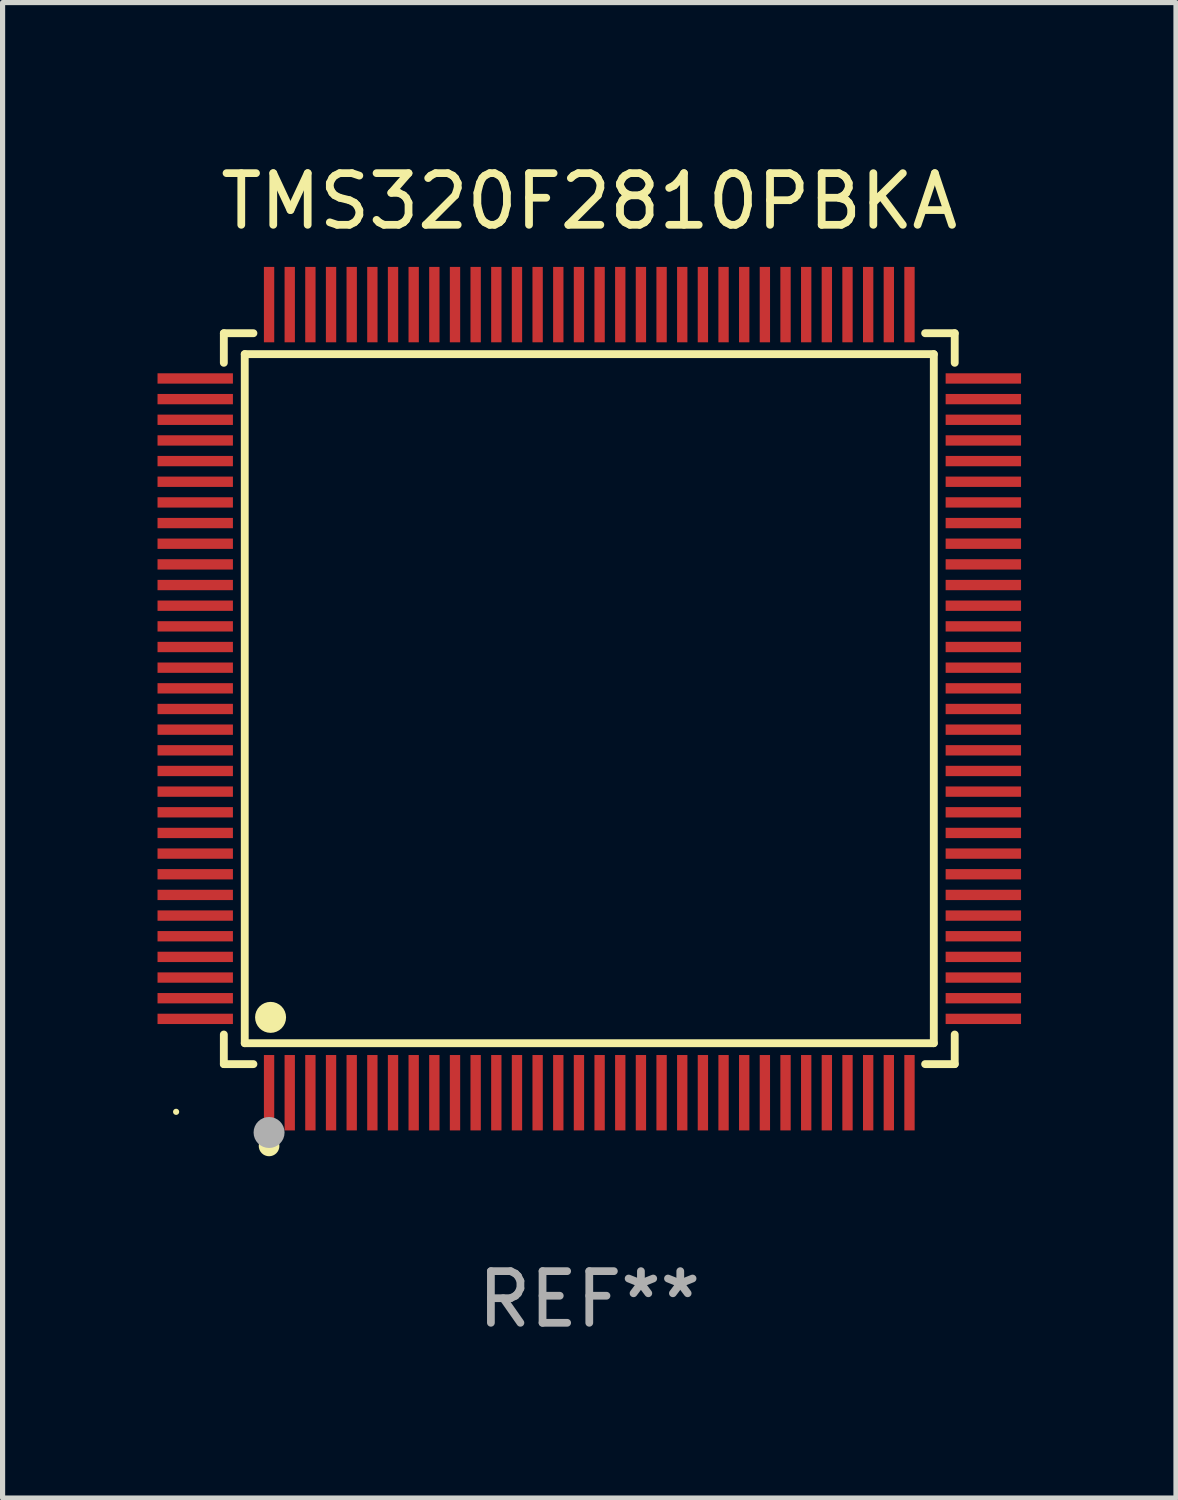
<source format=kicad_pcb>
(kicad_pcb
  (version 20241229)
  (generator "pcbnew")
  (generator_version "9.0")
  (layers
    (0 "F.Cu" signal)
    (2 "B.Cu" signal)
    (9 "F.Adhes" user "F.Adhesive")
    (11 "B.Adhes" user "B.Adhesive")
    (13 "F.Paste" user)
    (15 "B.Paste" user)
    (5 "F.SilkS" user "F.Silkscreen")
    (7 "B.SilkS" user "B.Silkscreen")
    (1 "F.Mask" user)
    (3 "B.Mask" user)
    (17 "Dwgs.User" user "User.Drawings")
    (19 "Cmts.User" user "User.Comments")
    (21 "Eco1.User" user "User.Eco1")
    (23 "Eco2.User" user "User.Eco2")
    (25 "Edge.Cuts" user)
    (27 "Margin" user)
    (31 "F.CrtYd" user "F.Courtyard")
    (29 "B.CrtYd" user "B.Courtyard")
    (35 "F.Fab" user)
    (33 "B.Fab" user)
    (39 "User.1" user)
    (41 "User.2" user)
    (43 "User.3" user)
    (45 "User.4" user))
  (footprint "TMS320F2810PBKA"
    (layer "F.Cu")
    (at 8.36 10.478)
    (property "Reference" "TMS320F2810PBKA" (at 0 -9.63 0) (layer "F.SilkS") (effects (font (size 1 1) (thickness 0.15))))
    (attr through_hole)
    (fp_line (start -7.076 -7.076) (end -6.503 -7.076) (stroke (width 0.152) (type solid)) (layer "F.SilkS"))
    (fp_line (start -7.076 -6.503) (end -7.076 -7.076) (stroke (width 0.152) (type solid)) (layer "F.SilkS"))
    (fp_line (start -7.076 6.503) (end -7.076 7.076) (stroke (width 0.152) (type solid)) (layer "F.SilkS"))
    (fp_line (start -7.076 7.076) (end -6.503 7.076) (stroke (width 0.152) (type solid)) (layer "F.SilkS"))
    (fp_line (start -6.671 -6.671) (end 6.671 -6.671) (stroke (width 0.152) (type solid)) (layer "F.SilkS"))
    (fp_line (start -6.671 6.671) (end -6.671 -6.671) (stroke (width 0.152) (type solid)) (layer "F.SilkS"))
    (fp_line (start 6.671 -6.671) (end 6.671 6.671) (stroke (width 0.152) (type solid)) (layer "F.SilkS"))
    (fp_line (start 6.671 6.671) (end -6.671 6.671) (stroke (width 0.152) (type solid)) (layer "F.SilkS"))
    (fp_line (start 7.076 -7.076) (end 6.503 -7.076) (stroke (width 0.152) (type solid)) (layer "F.SilkS"))
    (fp_line (start 7.076 -6.503) (end 7.076 -7.076) (stroke (width 0.152) (type solid)) (layer "F.SilkS"))
    (fp_line (start 7.076 6.503) (end 7.076 7.076) (stroke (width 0.152) (type solid)) (layer "F.SilkS"))
    (fp_line (start 7.076 7.076) (end 6.503 7.076) (stroke (width 0.152) (type solid)) (layer "F.SilkS"))
    (fp_circle (center -8 8) (end -7.97 8) (stroke (width 0.06) (type solid)) (fill no) (layer "F.SilkS"))
    (fp_circle (center -6.2 8.66) (end -6.1 8.66) (stroke (width 0.2) (type solid)) (fill no) (layer "F.SilkS"))
    (fp_circle (center -6.171 6.171) (end -6.021 6.171) (stroke (width 0.3) (type solid)) (fill no) (layer "F.SilkS"))
    (fp_circle (center -6.2 8.4) (end -6.05 8.4) (stroke (width 0.3) (type solid)) (fill no) (layer "F.Fab"))
    (fp_text user "REF**" (at 0 11.63 0) (layer "F.Fab") (effects (font (size 1 1) (thickness 0.15))))
    (pad "1" smd rect (at -6.2 7.63) (size 0.2 1.46) (layers "F.Cu" "F.Mask" "F.Paste"))
    (pad "2" smd rect (at -5.8 7.63) (size 0.2 1.46) (layers "F.Cu" "F.Mask" "F.Paste"))
    (pad "3" smd rect (at -5.4 7.63) (size 0.2 1.46) (layers "F.Cu" "F.Mask" "F.Paste"))
    (pad "4" smd rect (at -5 7.63) (size 0.2 1.46) (layers "F.Cu" "F.Mask" "F.Paste"))
    (pad "5" smd rect (at -4.6 7.63) (size 0.2 1.46) (layers "F.Cu" "F.Mask" "F.Paste"))
    (pad "6" smd rect (at -4.2 7.63) (size 0.2 1.46) (layers "F.Cu" "F.Mask" "F.Paste"))
    (pad "7" smd rect (at -3.8 7.63) (size 0.2 1.46) (layers "F.Cu" "F.Mask" "F.Paste"))
    (pad "8" smd rect (at -3.4 7.63) (size 0.2 1.46) (layers "F.Cu" "F.Mask" "F.Paste"))
    (pad "9" smd rect (at -3 7.63) (size 0.2 1.46) (layers "F.Cu" "F.Mask" "F.Paste"))
    (pad "10" smd rect (at -2.6 7.63) (size 0.2 1.46) (layers "F.Cu" "F.Mask" "F.Paste"))
    (pad "11" smd rect (at -2.2 7.63) (size 0.2 1.46) (layers "F.Cu" "F.Mask" "F.Paste"))
    (pad "12" smd rect (at -1.8 7.63) (size 0.2 1.46) (layers "F.Cu" "F.Mask" "F.Paste"))
    (pad "13" smd rect (at -1.4 7.63) (size 0.2 1.46) (layers "F.Cu" "F.Mask" "F.Paste"))
    (pad "14" smd rect (at -1 7.63) (size 0.2 1.46) (layers "F.Cu" "F.Mask" "F.Paste"))
    (pad "15" smd rect (at -0.6 7.63) (size 0.2 1.46) (layers "F.Cu" "F.Mask" "F.Paste"))
    (pad "16" smd rect (at -0.2 7.63) (size 0.2 1.46) (layers "F.Cu" "F.Mask" "F.Paste"))
    (pad "17" smd rect (at 0.2 7.63) (size 0.2 1.46) (layers "F.Cu" "F.Mask" "F.Paste"))
    (pad "18" smd rect (at 0.6 7.63) (size 0.2 1.46) (layers "F.Cu" "F.Mask" "F.Paste"))
    (pad "19" smd rect (at 1 7.63) (size 0.2 1.46) (layers "F.Cu" "F.Mask" "F.Paste"))
    (pad "20" smd rect (at 1.4 7.63) (size 0.2 1.46) (layers "F.Cu" "F.Mask" "F.Paste"))
    (pad "21" smd rect (at 1.8 7.63) (size 0.2 1.46) (layers "F.Cu" "F.Mask" "F.Paste"))
    (pad "22" smd rect (at 2.2 7.63) (size 0.2 1.46) (layers "F.Cu" "F.Mask" "F.Paste"))
    (pad "23" smd rect (at 2.6 7.63) (size 0.2 1.46) (layers "F.Cu" "F.Mask" "F.Paste"))
    (pad "24" smd rect (at 3 7.63) (size 0.2 1.46) (layers "F.Cu" "F.Mask" "F.Paste"))
    (pad "25" smd rect (at 3.4 7.63) (size 0.2 1.46) (layers "F.Cu" "F.Mask" "F.Paste"))
    (pad "26" smd rect (at 3.8 7.63) (size 0.2 1.46) (layers "F.Cu" "F.Mask" "F.Paste"))
    (pad "27" smd rect (at 4.2 7.63) (size 0.2 1.46) (layers "F.Cu" "F.Mask" "F.Paste"))
    (pad "28" smd rect (at 4.6 7.63) (size 0.2 1.46) (layers "F.Cu" "F.Mask" "F.Paste"))
    (pad "29" smd rect (at 5 7.63) (size 0.2 1.46) (layers "F.Cu" "F.Mask" "F.Paste"))
    (pad "30" smd rect (at 5.4 7.63) (size 0.2 1.46) (layers "F.Cu" "F.Mask" "F.Paste"))
    (pad "31" smd rect (at 5.8 7.63) (size 0.2 1.46) (layers "F.Cu" "F.Mask" "F.Paste"))
    (pad "32" smd rect (at 6.2 7.63) (size 0.2 1.46) (layers "F.Cu" "F.Mask" "F.Paste"))
    (pad "33" smd rect (at 7.63 6.2) (size 1.46 0.2) (layers "F.Cu" "F.Mask" "F.Paste"))
    (pad "34" smd rect (at 7.63 5.8) (size 1.46 0.2) (layers "F.Cu" "F.Mask" "F.Paste"))
    (pad "35" smd rect (at 7.63 5.4) (size 1.46 0.2) (layers "F.Cu" "F.Mask" "F.Paste"))
    (pad "36" smd rect (at 7.63 5) (size 1.46 0.2) (layers "F.Cu" "F.Mask" "F.Paste"))
    (pad "37" smd rect (at 7.63 4.6) (size 1.46 0.2) (layers "F.Cu" "F.Mask" "F.Paste"))
    (pad "38" smd rect (at 7.63 4.2) (size 1.46 0.2) (layers "F.Cu" "F.Mask" "F.Paste"))
    (pad "39" smd rect (at 7.63 3.8) (size 1.46 0.2) (layers "F.Cu" "F.Mask" "F.Paste"))
    (pad "40" smd rect (at 7.63 3.4) (size 1.46 0.2) (layers "F.Cu" "F.Mask" "F.Paste"))
    (pad "41" smd rect (at 7.63 3) (size 1.46 0.2) (layers "F.Cu" "F.Mask" "F.Paste"))
    (pad "42" smd rect (at 7.63 2.6) (size 1.46 0.2) (layers "F.Cu" "F.Mask" "F.Paste"))
    (pad "43" smd rect (at 7.63 2.2) (size 1.46 0.2) (layers "F.Cu" "F.Mask" "F.Paste"))
    (pad "44" smd rect (at 7.63 1.8) (size 1.46 0.2) (layers "F.Cu" "F.Mask" "F.Paste"))
    (pad "45" smd rect (at 7.63 1.4) (size 1.46 0.2) (layers "F.Cu" "F.Mask" "F.Paste"))
    (pad "46" smd rect (at 7.63 1) (size 1.46 0.2) (layers "F.Cu" "F.Mask" "F.Paste"))
    (pad "47" smd rect (at 7.63 0.6) (size 1.46 0.2) (layers "F.Cu" "F.Mask" "F.Paste"))
    (pad "48" smd rect (at 7.63 0.2) (size 1.46 0.2) (layers "F.Cu" "F.Mask" "F.Paste"))
    (pad "49" smd rect (at 7.63 -0.2) (size 1.46 0.2) (layers "F.Cu" "F.Mask" "F.Paste"))
    (pad "50" smd rect (at 7.63 -0.6) (size 1.46 0.2) (layers "F.Cu" "F.Mask" "F.Paste"))
    (pad "51" smd rect (at 7.63 -1) (size 1.46 0.2) (layers "F.Cu" "F.Mask" "F.Paste"))
    (pad "52" smd rect (at 7.63 -1.4) (size 1.46 0.2) (layers "F.Cu" "F.Mask" "F.Paste"))
    (pad "53" smd rect (at 7.63 -1.8) (size 1.46 0.2) (layers "F.Cu" "F.Mask" "F.Paste"))
    (pad "54" smd rect (at 7.63 -2.2) (size 1.46 0.2) (layers "F.Cu" "F.Mask" "F.Paste"))
    (pad "55" smd rect (at 7.63 -2.6) (size 1.46 0.2) (layers "F.Cu" "F.Mask" "F.Paste"))
    (pad "56" smd rect (at 7.63 -3) (size 1.46 0.2) (layers "F.Cu" "F.Mask" "F.Paste"))
    (pad "57" smd rect (at 7.63 -3.4) (size 1.46 0.2) (layers "F.Cu" "F.Mask" "F.Paste"))
    (pad "58" smd rect (at 7.63 -3.8) (size 1.46 0.2) (layers "F.Cu" "F.Mask" "F.Paste"))
    (pad "59" smd rect (at 7.63 -4.2) (size 1.46 0.2) (layers "F.Cu" "F.Mask" "F.Paste"))
    (pad "60" smd rect (at 7.63 -4.6) (size 1.46 0.2) (layers "F.Cu" "F.Mask" "F.Paste"))
    (pad "61" smd rect (at 7.63 -5) (size 1.46 0.2) (layers "F.Cu" "F.Mask" "F.Paste"))
    (pad "62" smd rect (at 7.63 -5.4) (size 1.46 0.2) (layers "F.Cu" "F.Mask" "F.Paste"))
    (pad "63" smd rect (at 7.63 -5.8) (size 1.46 0.2) (layers "F.Cu" "F.Mask" "F.Paste"))
    (pad "64" smd rect (at 7.63 -6.2) (size 1.46 0.2) (layers "F.Cu" "F.Mask" "F.Paste"))
    (pad "65" smd rect (at 6.2 -7.63) (size 0.2 1.46) (layers "F.Cu" "F.Mask" "F.Paste"))
    (pad "66" smd rect (at 5.8 -7.63) (size 0.2 1.46) (layers "F.Cu" "F.Mask" "F.Paste"))
    (pad "67" smd rect (at 5.4 -7.63) (size 0.2 1.46) (layers "F.Cu" "F.Mask" "F.Paste"))
    (pad "68" smd rect (at 5 -7.63) (size 0.2 1.46) (layers "F.Cu" "F.Mask" "F.Paste"))
    (pad "69" smd rect (at 4.6 -7.63) (size 0.2 1.46) (layers "F.Cu" "F.Mask" "F.Paste"))
    (pad "70" smd rect (at 4.2 -7.63) (size 0.2 1.46) (layers "F.Cu" "F.Mask" "F.Paste"))
    (pad "71" smd rect (at 3.8 -7.63) (size 0.2 1.46) (layers "F.Cu" "F.Mask" "F.Paste"))
    (pad "72" smd rect (at 3.4 -7.63) (size 0.2 1.46) (layers "F.Cu" "F.Mask" "F.Paste"))
    (pad "73" smd rect (at 3 -7.63) (size 0.2 1.46) (layers "F.Cu" "F.Mask" "F.Paste"))
    (pad "74" smd rect (at 2.6 -7.63) (size 0.2 1.46) (layers "F.Cu" "F.Mask" "F.Paste"))
    (pad "75" smd rect (at 2.2 -7.63) (size 0.2 1.46) (layers "F.Cu" "F.Mask" "F.Paste"))
    (pad "76" smd rect (at 1.8 -7.63) (size 0.2 1.46) (layers "F.Cu" "F.Mask" "F.Paste"))
    (pad "77" smd rect (at 1.4 -7.63) (size 0.2 1.46) (layers "F.Cu" "F.Mask" "F.Paste"))
    (pad "78" smd rect (at 1 -7.63) (size 0.2 1.46) (layers "F.Cu" "F.Mask" "F.Paste"))
    (pad "79" smd rect (at 0.6 -7.63) (size 0.2 1.46) (layers "F.Cu" "F.Mask" "F.Paste"))
    (pad "80" smd rect (at 0.2 -7.63) (size 0.2 1.46) (layers "F.Cu" "F.Mask" "F.Paste"))
    (pad "81" smd rect (at -0.2 -7.63) (size 0.2 1.46) (layers "F.Cu" "F.Mask" "F.Paste"))
    (pad "82" smd rect (at -0.6 -7.63) (size 0.2 1.46) (layers "F.Cu" "F.Mask" "F.Paste"))
    (pad "83" smd rect (at -1 -7.63) (size 0.2 1.46) (layers "F.Cu" "F.Mask" "F.Paste"))
    (pad "84" smd rect (at -1.4 -7.63) (size 0.2 1.46) (layers "F.Cu" "F.Mask" "F.Paste"))
    (pad "85" smd rect (at -1.8 -7.63) (size 0.2 1.46) (layers "F.Cu" "F.Mask" "F.Paste"))
    (pad "86" smd rect (at -2.2 -7.63) (size 0.2 1.46) (layers "F.Cu" "F.Mask" "F.Paste"))
    (pad "87" smd rect (at -2.6 -7.63) (size 0.2 1.46) (layers "F.Cu" "F.Mask" "F.Paste"))
    (pad "88" smd rect (at -3 -7.63) (size 0.2 1.46) (layers "F.Cu" "F.Mask" "F.Paste"))
    (pad "89" smd rect (at -3.4 -7.63) (size 0.2 1.46) (layers "F.Cu" "F.Mask" "F.Paste"))
    (pad "90" smd rect (at -3.8 -7.63) (size 0.2 1.46) (layers "F.Cu" "F.Mask" "F.Paste"))
    (pad "91" smd rect (at -4.2 -7.63) (size 0.2 1.46) (layers "F.Cu" "F.Mask" "F.Paste"))
    (pad "92" smd rect (at -4.6 -7.63) (size 0.2 1.46) (layers "F.Cu" "F.Mask" "F.Paste"))
    (pad "93" smd rect (at -5 -7.63) (size 0.2 1.46) (layers "F.Cu" "F.Mask" "F.Paste"))
    (pad "94" smd rect (at -5.4 -7.63) (size 0.2 1.46) (layers "F.Cu" "F.Mask" "F.Paste"))
    (pad "95" smd rect (at -5.8 -7.63) (size 0.2 1.46) (layers "F.Cu" "F.Mask" "F.Paste"))
    (pad "96" smd rect (at -6.2 -7.63) (size 0.2 1.46) (layers "F.Cu" "F.Mask" "F.Paste"))
    (pad "97" smd rect (at -7.63 -6.2) (size 1.46 0.2) (layers "F.Cu" "F.Mask" "F.Paste"))
    (pad "98" smd rect (at -7.63 -5.8) (size 1.46 0.2) (layers "F.Cu" "F.Mask" "F.Paste"))
    (pad "99" smd rect (at -7.63 -5.4) (size 1.46 0.2) (layers "F.Cu" "F.Mask" "F.Paste"))
    (pad "100" smd rect (at -7.63 -5) (size 1.46 0.2) (layers "F.Cu" "F.Mask" "F.Paste"))
    (pad "101" smd rect (at -7.63 -4.6) (size 1.46 0.2) (layers "F.Cu" "F.Mask" "F.Paste"))
    (pad "102" smd rect (at -7.63 -4.2) (size 1.46 0.2) (layers "F.Cu" "F.Mask" "F.Paste"))
    (pad "103" smd rect (at -7.63 -3.8) (size 1.46 0.2) (layers "F.Cu" "F.Mask" "F.Paste"))
    (pad "104" smd rect (at -7.63 -3.4) (size 1.46 0.2) (layers "F.Cu" "F.Mask" "F.Paste"))
    (pad "105" smd rect (at -7.63 -3) (size 1.46 0.2) (layers "F.Cu" "F.Mask" "F.Paste"))
    (pad "106" smd rect (at -7.63 -2.6) (size 1.46 0.2) (layers "F.Cu" "F.Mask" "F.Paste"))
    (pad "107" smd rect (at -7.63 -2.2) (size 1.46 0.2) (layers "F.Cu" "F.Mask" "F.Paste"))
    (pad "108" smd rect (at -7.63 -1.8) (size 1.46 0.2) (layers "F.Cu" "F.Mask" "F.Paste"))
    (pad "109" smd rect (at -7.63 -1.4) (size 1.46 0.2) (layers "F.Cu" "F.Mask" "F.Paste"))
    (pad "110" smd rect (at -7.63 -1) (size 1.46 0.2) (layers "F.Cu" "F.Mask" "F.Paste"))
    (pad "111" smd rect (at -7.63 -0.6) (size 1.46 0.2) (layers "F.Cu" "F.Mask" "F.Paste"))
    (pad "112" smd rect (at -7.63 -0.2) (size 1.46 0.2) (layers "F.Cu" "F.Mask" "F.Paste"))
    (pad "113" smd rect (at -7.63 0.2) (size 1.46 0.2) (layers "F.Cu" "F.Mask" "F.Paste"))
    (pad "114" smd rect (at -7.63 0.6) (size 1.46 0.2) (layers "F.Cu" "F.Mask" "F.Paste"))
    (pad "115" smd rect (at -7.63 1) (size 1.46 0.2) (layers "F.Cu" "F.Mask" "F.Paste"))
    (pad "116" smd rect (at -7.63 1.4) (size 1.46 0.2) (layers "F.Cu" "F.Mask" "F.Paste"))
    (pad "117" smd rect (at -7.63 1.8) (size 1.46 0.2) (layers "F.Cu" "F.Mask" "F.Paste"))
    (pad "118" smd rect (at -7.63 2.2) (size 1.46 0.2) (layers "F.Cu" "F.Mask" "F.Paste"))
    (pad "119" smd rect (at -7.63 2.6) (size 1.46 0.2) (layers "F.Cu" "F.Mask" "F.Paste"))
    (pad "120" smd rect (at -7.63 3) (size 1.46 0.2) (layers "F.Cu" "F.Mask" "F.Paste"))
    (pad "121" smd rect (at -7.63 3.4) (size 1.46 0.2) (layers "F.Cu" "F.Mask" "F.Paste"))
    (pad "122" smd rect (at -7.63 3.8) (size 1.46 0.2) (layers "F.Cu" "F.Mask" "F.Paste"))
    (pad "123" smd rect (at -7.63 4.2) (size 1.46 0.2) (layers "F.Cu" "F.Mask" "F.Paste"))
    (pad "124" smd rect (at -7.63 4.6) (size 1.46 0.2) (layers "F.Cu" "F.Mask" "F.Paste"))
    (pad "125" smd rect (at -7.63 5) (size 1.46 0.2) (layers "F.Cu" "F.Mask" "F.Paste"))
    (pad "126" smd rect (at -7.63 5.4) (size 1.46 0.2) (layers "F.Cu" "F.Mask" "F.Paste"))
    (pad "127" smd rect (at -7.63 5.8) (size 1.46 0.2) (layers "F.Cu" "F.Mask" "F.Paste"))
    (pad "128" smd rect (at -7.63 6.2) (size 1.46 0.2) (layers "F.Cu" "F.Mask" "F.Paste")))
  (gr_rect
    (start -3 -3)
    (end 19.72 25.956)
    (stroke (width 0.1) (type default))
    (fill no)
    (layer "Edge.Cuts")))
</source>
